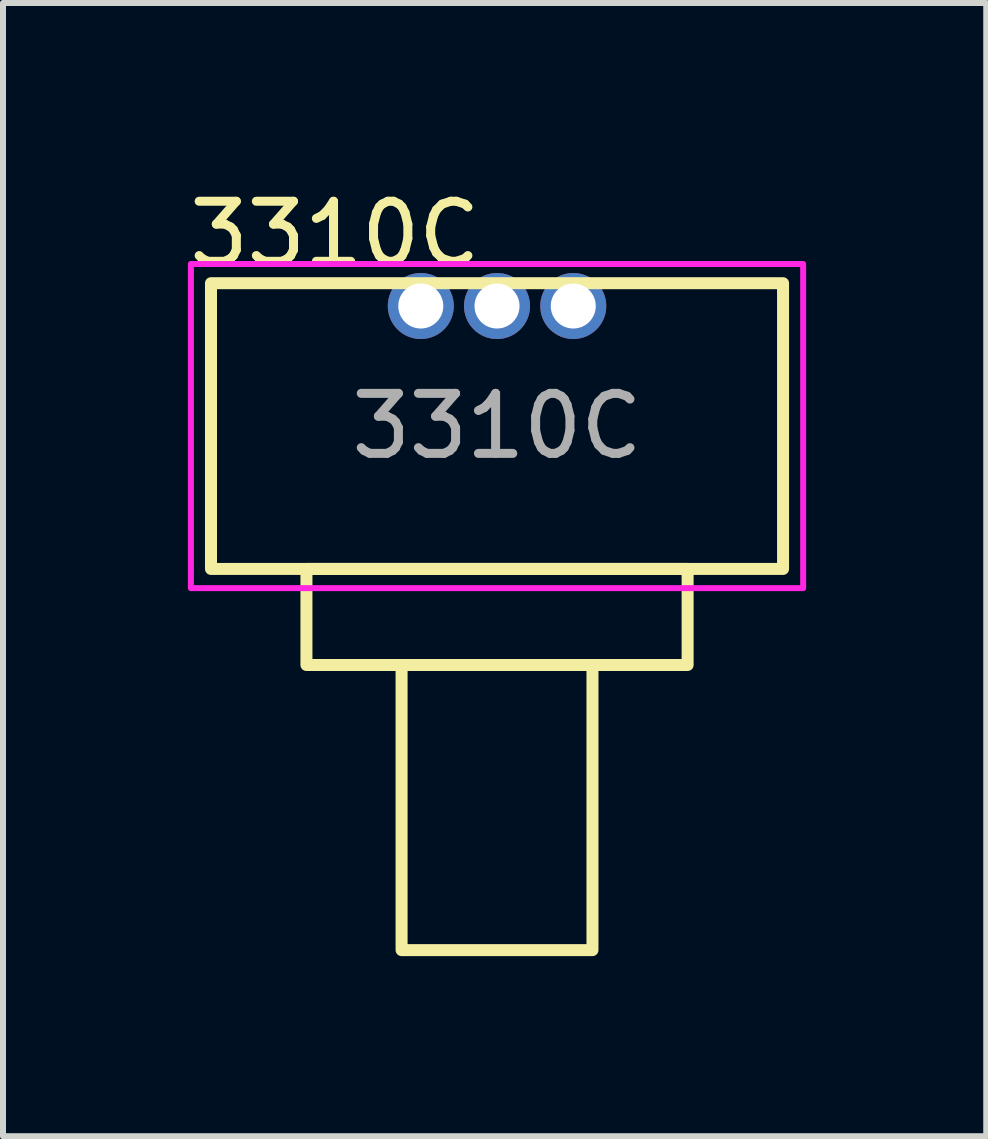
<source format=kicad_pcb>
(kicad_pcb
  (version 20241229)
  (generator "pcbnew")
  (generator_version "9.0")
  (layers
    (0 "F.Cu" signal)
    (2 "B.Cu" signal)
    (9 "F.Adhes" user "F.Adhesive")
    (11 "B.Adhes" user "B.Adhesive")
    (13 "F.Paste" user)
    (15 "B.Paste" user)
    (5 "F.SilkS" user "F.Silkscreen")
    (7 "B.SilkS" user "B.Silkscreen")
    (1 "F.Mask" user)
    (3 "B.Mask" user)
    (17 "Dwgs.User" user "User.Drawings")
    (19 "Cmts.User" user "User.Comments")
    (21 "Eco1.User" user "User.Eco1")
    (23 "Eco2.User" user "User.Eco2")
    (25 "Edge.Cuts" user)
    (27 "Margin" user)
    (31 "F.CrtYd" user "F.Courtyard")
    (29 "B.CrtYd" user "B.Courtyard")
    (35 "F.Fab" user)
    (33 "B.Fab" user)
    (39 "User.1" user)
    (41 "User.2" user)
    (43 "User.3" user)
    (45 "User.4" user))
  (footprint "3310C"
    (layer "F.Cu")
    (at 5.23 2.048)
    (property "Reference" "3310C" (at -2.7 -1.2 0) (unlocked yes) (layer "F.SilkS") (effects (font (size 1 1) (thickness 0.15))))
    (attr smd)
    (fp_rect (start -4.765 -0.38) (end 4.765 4.38) (stroke (width 0.2) (type solid)) (fill no) (layer "F.SilkS"))
    (fp_rect (start -3.175 4.38) (end 3.175 5.98) (stroke (width 0.2) (type solid)) (fill no) (layer "F.SilkS"))
    (fp_rect (start -1.59 5.98) (end 1.59 10.73) (stroke (width 0.2) (type solid)) (fill no) (layer "F.SilkS"))
    (fp_rect (start -5.1 -0.7) (end 5.1 4.7) (stroke (width 0.1) (type solid)) (fill no) (layer "F.CrtYd"))
    (fp_text user "${REFERENCE}" (at 0 2 0) (unlocked yes) (layer "F.Fab") (effects (font (size 1 1) (thickness 0.15))))
    (pad "1" thru_hole circle (at -1.27 0) (size 1.1 1.1) (drill 0.75) (layers "*.Cu" "*.Mask"))
    (pad "2" thru_hole circle (at 0 0) (size 1.1 1.1) (drill 0.75) (layers "*.Cu" "*.Mask"))
    (pad "3" thru_hole circle (at 1.27 0) (size 1.1 1.1) (drill 0.75) (layers "*.Cu" "*.Mask")))
  (gr_rect
    (start -3 -3)
    (end 13.38 15.878)
    (stroke (width 0.1) (type default))
    (fill no)
    (layer "Edge.Cuts")))
</source>
